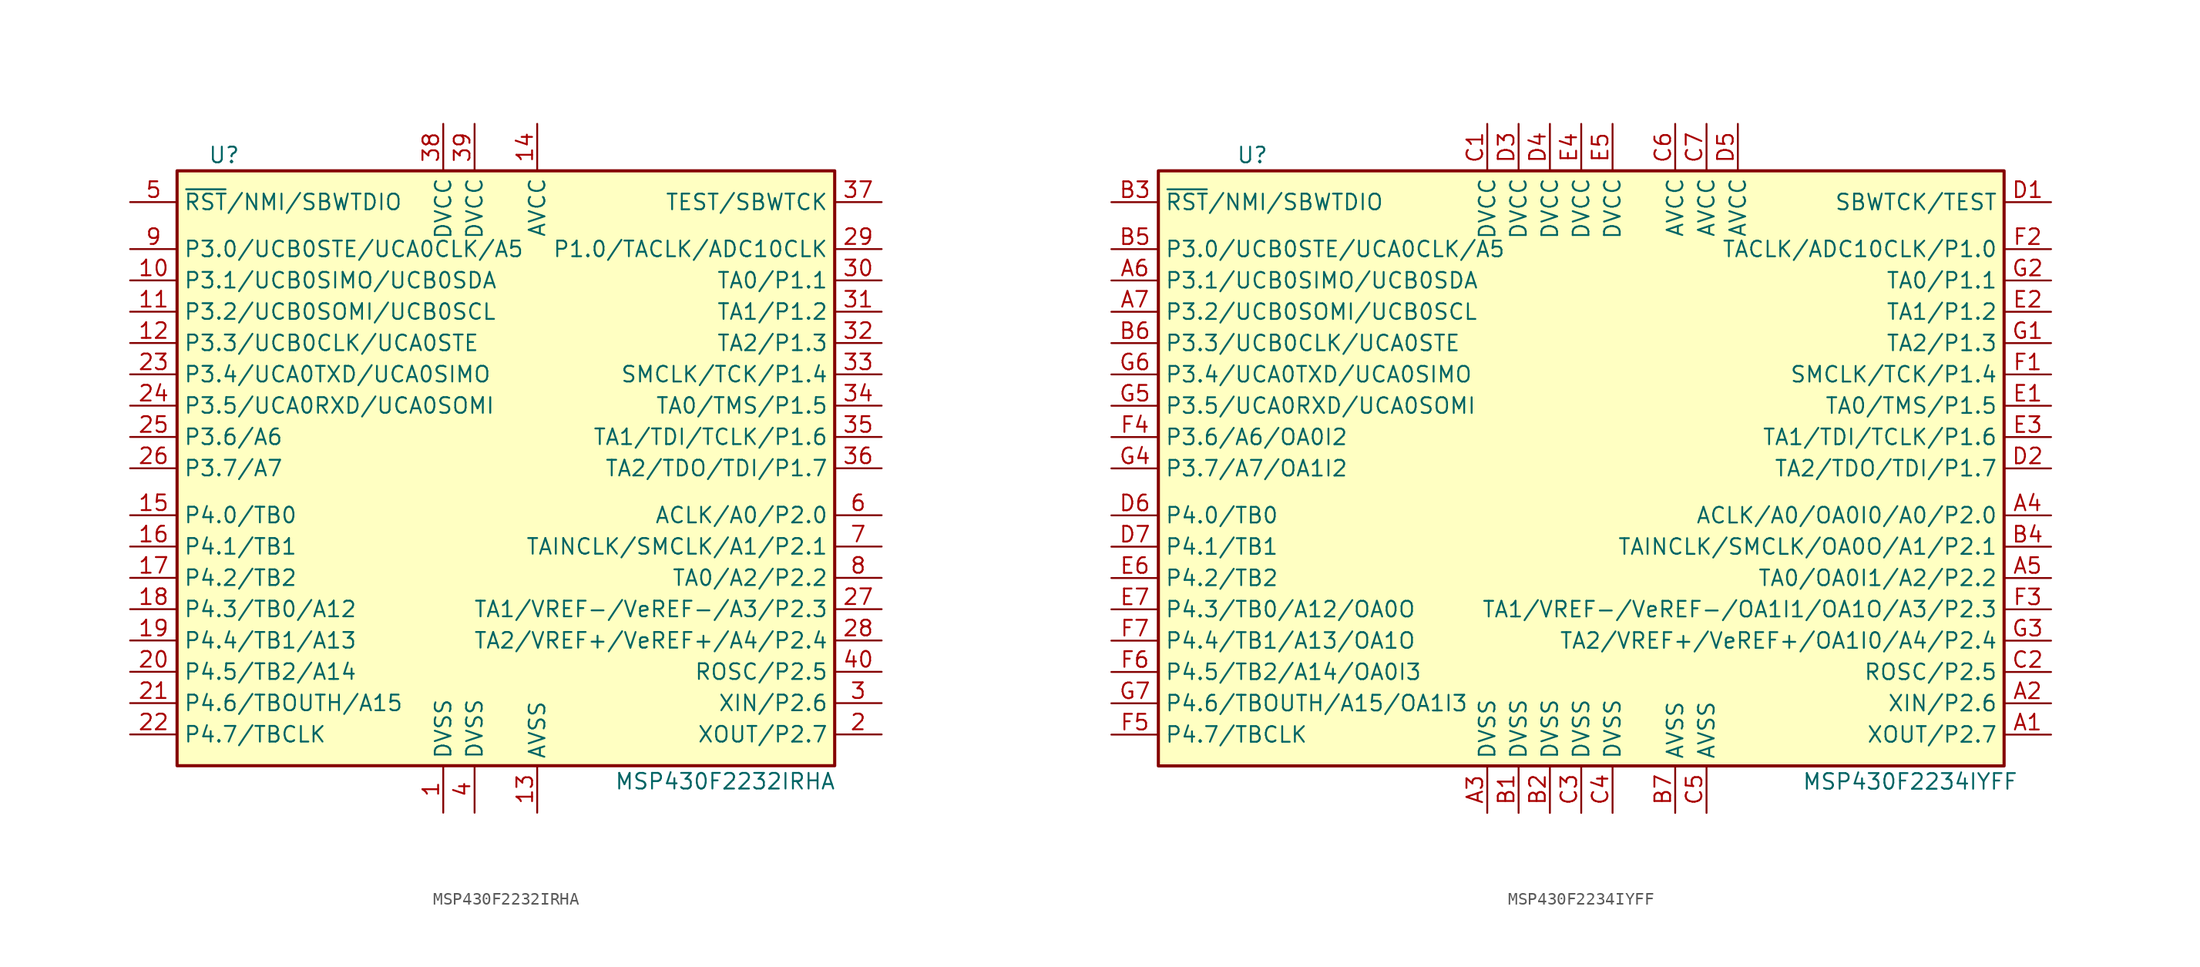
<source format=kicad_sym>
(kicad_symbol_lib
  (version 20231120)
  (generator "kicad_symbol_editor")
  (generator_version "8.0")
  (symbol "MSP430F2232IRHA"
    (property "Reference" "U"
      (at -22.86 25.4 0)
      (effects (font (size 1.27 1.27))))
    (property "Value" "MSP430F2232IRHA"
      (at 17.78 -25.4 0)
      (effects (font (size 1.27 1.27))))
    (symbol "MSP430F2232IRHA_0_1"
      (rectangle (start -26.67 24.13) (end 26.67 -24.13) (stroke (width 0.254) (type default)) (fill (type background))))
    (symbol "MSP430F2232IRHA_1_1"
      (pin power_in line (at -5.08 -27.94 90) (length 3.81) (name "DVSS" (effects (font (size 1.27 1.27)))) (number "1" (effects (font (size 1.27 1.27)))))
      (pin bidirectional line (at -30.48 15.24 0) (length 3.81) (name "P3.1/UCB0SIMO/UCB0SDA" (effects (font (size 1.27 1.27)))) (number "10" (effects (font (size 1.27 1.27)))))
      (pin bidirectional line (at -30.48 12.7 0) (length 3.81) (name "P3.2/UCB0SOMI/UCB0SCL" (effects (font (size 1.27 1.27)))) (number "11" (effects (font (size 1.27 1.27)))))
      (pin bidirectional line (at -30.48 10.16 0) (length 3.81) (name "P3.3/UCB0CLK/UCA0STE" (effects (font (size 1.27 1.27)))) (number "12" (effects (font (size 1.27 1.27)))))
      (pin power_in line (at 2.54 -27.94 90) (length 3.81) (name "AVSS" (effects (font (size 1.27 1.27)))) (number "13" (effects (font (size 1.27 1.27)))))
      (pin power_in line (at 2.54 27.94 270) (length 3.81) (name "AVCC" (effects (font (size 1.27 1.27)))) (number "14" (effects (font (size 1.27 1.27)))))
      (pin bidirectional line (at -30.48 -3.81 0) (length 3.81) (name "P4.0/TB0" (effects (font (size 1.27 1.27)))) (number "15" (effects (font (size 1.27 1.27)))))
      (pin bidirectional line (at -30.48 -6.35 0) (length 3.81) (name "P4.1/TB1" (effects (font (size 1.27 1.27)))) (number "16" (effects (font (size 1.27 1.27)))))
      (pin bidirectional line (at -30.48 -8.89 0) (length 3.81) (name "P4.2/TB2" (effects (font (size 1.27 1.27)))) (number "17" (effects (font (size 1.27 1.27)))))
      (pin bidirectional line (at -30.48 -11.43 0) (length 3.81) (name "P4.3/TB0/A12" (effects (font (size 1.27 1.27)))) (number "18" (effects (font (size 1.27 1.27)))))
      (pin bidirectional line (at -30.48 -13.97 0) (length 3.81) (name "P4.4/TB1/A13" (effects (font (size 1.27 1.27)))) (number "19" (effects (font (size 1.27 1.27)))))
      (pin bidirectional line (at 30.48 -21.59 180) (length 3.81) (name "XOUT/P2.7" (effects (font (size 1.27 1.27)))) (number "2" (effects (font (size 1.27 1.27)))))
      (pin bidirectional line (at -30.48 -16.51 0) (length 3.81) (name "P4.5/TB2/A14" (effects (font (size 1.27 1.27)))) (number "20" (effects (font (size 1.27 1.27)))))
      (pin bidirectional line (at -30.48 -19.05 0) (length 3.81) (name "P4.6/TBOUTH/A15" (effects (font (size 1.27 1.27)))) (number "21" (effects (font (size 1.27 1.27)))))
      (pin bidirectional line (at -30.48 -21.59 0) (length 3.81) (name "P4.7/TBCLK" (effects (font (size 1.27 1.27)))) (number "22" (effects (font (size 1.27 1.27)))))
      (pin bidirectional line (at -30.48 7.62 0) (length 3.81) (name "P3.4/UCA0TXD/UCA0SIMO" (effects (font (size 1.27 1.27)))) (number "23" (effects (font (size 1.27 1.27)))))
      (pin bidirectional line (at -30.48 5.08 0) (length 3.81) (name "P3.5/UCA0RXD/UCA0SOMI" (effects (font (size 1.27 1.27)))) (number "24" (effects (font (size 1.27 1.27)))))
      (pin bidirectional line (at -30.48 2.54 0) (length 3.81) (name "P3.6/A6" (effects (font (size 1.27 1.27)))) (number "25" (effects (font (size 1.27 1.27)))))
      (pin bidirectional line (at -30.48 0 0) (length 3.81) (name "P3.7/A7" (effects (font (size 1.27 1.27)))) (number "26" (effects (font (size 1.27 1.27)))))
      (pin bidirectional line (at 30.48 -11.43 180) (length 3.81) (name "TA1/VREF-/VeREF-/A3/P2.3" (effects (font (size 1.27 1.27)))) (number "27" (effects (font (size 1.27 1.27)))))
      (pin bidirectional line (at 30.48 -13.97 180) (length 3.81) (name "TA2/VREF+/VeREF+/A4/P2.4" (effects (font (size 1.27 1.27)))) (number "28" (effects (font (size 1.27 1.27)))))
      (pin bidirectional line (at 30.48 17.78 180) (length 3.81) (name "P1.0/TACLK/ADC10CLK" (effects (font (size 1.27 1.27)))) (number "29" (effects (font (size 1.27 1.27)))))
      (pin bidirectional line (at 30.48 -19.05 180) (length 3.81) (name "XIN/P2.6" (effects (font (size 1.27 1.27)))) (number "3" (effects (font (size 1.27 1.27)))))
      (pin bidirectional line (at 30.48 15.24 180) (length 3.81) (name "TA0/P1.1" (effects (font (size 1.27 1.27)))) (number "30" (effects (font (size 1.27 1.27)))))
      (pin bidirectional line (at 30.48 12.7 180) (length 3.81) (name "TA1/P1.2" (effects (font (size 1.27 1.27)))) (number "31" (effects (font (size 1.27 1.27)))))
      (pin bidirectional line (at 30.48 10.16 180) (length 3.81) (name "TA2/P1.3" (effects (font (size 1.27 1.27)))) (number "32" (effects (font (size 1.27 1.27)))))
      (pin bidirectional line (at 30.48 7.62 180) (length 3.81) (name "SMCLK/TCK/P1.4" (effects (font (size 1.27 1.27)))) (number "33" (effects (font (size 1.27 1.27)))))
      (pin bidirectional line (at 30.48 5.08 180) (length 3.81) (name "TA0/TMS/P1.5" (effects (font (size 1.27 1.27)))) (number "34" (effects (font (size 1.27 1.27)))))
      (pin bidirectional line (at 30.48 2.54 180) (length 3.81) (name "TA1/TDI/TCLK/P1.6" (effects (font (size 1.27 1.27)))) (number "35" (effects (font (size 1.27 1.27)))))
      (pin bidirectional line (at 30.48 0 180) (length 3.81) (name "TA2/TDO/TDI/P1.7" (effects (font (size 1.27 1.27)))) (number "36" (effects (font (size 1.27 1.27)))))
      (pin input line (at 30.48 21.59 180) (length 3.81) (name "TEST/SBWTCK" (effects (font (size 1.27 1.27)))) (number "37" (effects (font (size 1.27 1.27)))))
      (pin power_in line (at -5.08 27.94 270) (length 3.81) (name "DVCC" (effects (font (size 1.27 1.27)))) (number "38" (effects (font (size 1.27 1.27)))))
      (pin power_in line (at -2.54 27.94 270) (length 3.81) (name "DVCC" (effects (font (size 1.27 1.27)))) (number "39" (effects (font (size 1.27 1.27)))))
      (pin power_in line (at -2.54 -27.94 90) (length 3.81) (name "DVSS" (effects (font (size 1.27 1.27)))) (number "4" (effects (font (size 1.27 1.27)))))
      (pin bidirectional line (at 30.48 -16.51 180) (length 3.81) (name "ROSC/P2.5" (effects (font (size 1.27 1.27)))) (number "40" (effects (font (size 1.27 1.27)))))
      (pin input line (at -30.48 21.59 0) (length 3.81) (name "~{RST}/NMI/SBWTDIO" (effects (font (size 1.27 1.27)))) (number "5" (effects (font (size 1.27 1.27)))))
      (pin bidirectional line (at 30.48 -3.81 180) (length 3.81) (name "ACLK/A0/P2.0" (effects (font (size 1.27 1.27)))) (number "6" (effects (font (size 1.27 1.27)))))
      (pin bidirectional line (at 30.48 -6.35 180) (length 3.81) (name "TAINCLK/SMCLK/A1/P2.1" (effects (font (size 1.27 1.27)))) (number "7" (effects (font (size 1.27 1.27)))))
      (pin bidirectional line (at 30.48 -8.89 180) (length 3.81) (name "TA0/A2/P2.2" (effects (font (size 1.27 1.27)))) (number "8" (effects (font (size 1.27 1.27)))))
      (pin bidirectional line (at -30.48 17.78 0) (length 3.81) (name "P3.0/UCB0STE/UCA0CLK/A5" (effects (font (size 1.27 1.27)))) (number "9" (effects (font (size 1.27 1.27)))))))
  (symbol "MSP430F2234IYFF"
    (property "Reference" "U"
      (at -26.67 25.4 0)
      (effects (font (size 1.27 1.27))))
    (property "Value" "MSP430F2234IYFF"
      (at 26.67 -25.4 0)
      (effects (font (size 1.27 1.27))))
    (symbol "MSP430F2234IYFF_0_1"
      (rectangle (start -34.29 24.13) (end 34.29 -24.13) (stroke (width 0.254) (type default)) (fill (type background))))
    (symbol "MSP430F2234IYFF_1_1"
      (pin bidirectional line (at 38.1 -21.59 180) (length 3.81) (name "XOUT/P2.7" (effects (font (size 1.27 1.27)))) (number "A1" (effects (font (size 1.27 1.27)))))
      (pin bidirectional line (at 38.1 -19.05 180) (length 3.81) (name "XIN/P2.6" (effects (font (size 1.27 1.27)))) (number "A2" (effects (font (size 1.27 1.27)))))
      (pin power_in line (at -7.62 -27.94 90) (length 3.81) (name "DVSS" (effects (font (size 1.27 1.27)))) (number "A3" (effects (font (size 1.27 1.27)))))
      (pin bidirectional line (at 38.1 -3.81 180) (length 3.81) (name "ACLK/A0/OA0I0/A0/P2.0" (effects (font (size 1.27 1.27)))) (number "A4" (effects (font (size 1.27 1.27)))))
      (pin bidirectional line (at 38.1 -8.89 180) (length 3.81) (name "TA0/OA0I1/A2/P2.2" (effects (font (size 1.27 1.27)))) (number "A5" (effects (font (size 1.27 1.27)))))
      (pin bidirectional line (at -38.1 15.24 0) (length 3.81) (name "P3.1/UCB0SIMO/UCB0SDA" (effects (font (size 1.27 1.27)))) (number "A6" (effects (font (size 1.27 1.27)))))
      (pin bidirectional line (at -38.1 12.7 0) (length 3.81) (name "P3.2/UCB0SOMI/UCB0SCL" (effects (font (size 1.27 1.27)))) (number "A7" (effects (font (size 1.27 1.27)))))
      (pin power_in line (at -5.08 -27.94 90) (length 3.81) (name "DVSS" (effects (font (size 1.27 1.27)))) (number "B1" (effects (font (size 1.27 1.27)))))
      (pin power_in line (at -2.54 -27.94 90) (length 3.81) (name "DVSS" (effects (font (size 1.27 1.27)))) (number "B2" (effects (font (size 1.27 1.27)))))
      (pin input line (at -38.1 21.59 0) (length 3.81) (name "~{RST}/NMI/SBWTDIO" (effects (font (size 1.27 1.27)))) (number "B3" (effects (font (size 1.27 1.27)))))
      (pin bidirectional line (at 38.1 -6.35 180) (length 3.81) (name "TAINCLK/SMCLK/OA0O/A1/P2.1" (effects (font (size 1.27 1.27)))) (number "B4" (effects (font (size 1.27 1.27)))))
      (pin bidirectional line (at -38.1 17.78 0) (length 3.81) (name "P3.0/UCB0STE/UCA0CLK/A5" (effects (font (size 1.27 1.27)))) (number "B5" (effects (font (size 1.27 1.27)))))
      (pin bidirectional line (at -38.1 10.16 0) (length 3.81) (name "P3.3/UCB0CLK/UCA0STE" (effects (font (size 1.27 1.27)))) (number "B6" (effects (font (size 1.27 1.27)))))
      (pin power_in line (at 7.62 -27.94 90) (length 3.81) (name "AVSS" (effects (font (size 1.27 1.27)))) (number "B7" (effects (font (size 1.27 1.27)))))
      (pin power_in line (at -7.62 27.94 270) (length 3.81) (name "DVCC" (effects (font (size 1.27 1.27)))) (number "C1" (effects (font (size 1.27 1.27)))))
      (pin bidirectional line (at 38.1 -16.51 180) (length 3.81) (name "ROSC/P2.5" (effects (font (size 1.27 1.27)))) (number "C2" (effects (font (size 1.27 1.27)))))
      (pin power_in line (at 0 -27.94 90) (length 3.81) (name "DVSS" (effects (font (size 1.27 1.27)))) (number "C3" (effects (font (size 1.27 1.27)))))
      (pin power_in line (at 2.54 -27.94 90) (length 3.81) (name "DVSS" (effects (font (size 1.27 1.27)))) (number "C4" (effects (font (size 1.27 1.27)))))
      (pin power_in line (at 10.16 -27.94 90) (length 3.81) (name "AVSS" (effects (font (size 1.27 1.27)))) (number "C5" (effects (font (size 1.27 1.27)))))
      (pin power_in line (at 7.62 27.94 270) (length 3.81) (name "AVCC" (effects (font (size 1.27 1.27)))) (number "C6" (effects (font (size 1.27 1.27)))))
      (pin power_in line (at 10.16 27.94 270) (length 3.81) (name "AVCC" (effects (font (size 1.27 1.27)))) (number "C7" (effects (font (size 1.27 1.27)))))
      (pin input line (at 38.1 21.59 180) (length 3.81) (name "SBWTCK/TEST" (effects (font (size 1.27 1.27)))) (number "D1" (effects (font (size 1.27 1.27)))))
      (pin bidirectional line (at 38.1 0 180) (length 3.81) (name "TA2/TDO/TDI/P1.7" (effects (font (size 1.27 1.27)))) (number "D2" (effects (font (size 1.27 1.27)))))
      (pin power_in line (at -5.08 27.94 270) (length 3.81) (name "DVCC" (effects (font (size 1.27 1.27)))) (number "D3" (effects (font (size 1.27 1.27)))))
      (pin power_in line (at -2.54 27.94 270) (length 3.81) (name "DVCC" (effects (font (size 1.27 1.27)))) (number "D4" (effects (font (size 1.27 1.27)))))
      (pin power_in line (at 12.7 27.94 270) (length 3.81) (name "AVCC" (effects (font (size 1.27 1.27)))) (number "D5" (effects (font (size 1.27 1.27)))))
      (pin bidirectional line (at -38.1 -3.81 0) (length 3.81) (name "P4.0/TB0" (effects (font (size 1.27 1.27)))) (number "D6" (effects (font (size 1.27 1.27)))))
      (pin bidirectional line (at -38.1 -6.35 0) (length 3.81) (name "P4.1/TB1" (effects (font (size 1.27 1.27)))) (number "D7" (effects (font (size 1.27 1.27)))))
      (pin bidirectional line (at 38.1 5.08 180) (length 3.81) (name "TA0/TMS/P1.5" (effects (font (size 1.27 1.27)))) (number "E1" (effects (font (size 1.27 1.27)))))
      (pin bidirectional line (at 38.1 12.7 180) (length 3.81) (name "TA1/P1.2" (effects (font (size 1.27 1.27)))) (number "E2" (effects (font (size 1.27 1.27)))))
      (pin bidirectional line (at 38.1 2.54 180) (length 3.81) (name "TA1/TDI/TCLK/P1.6" (effects (font (size 1.27 1.27)))) (number "E3" (effects (font (size 1.27 1.27)))))
      (pin power_in line (at 0 27.94 270) (length 3.81) (name "DVCC" (effects (font (size 1.27 1.27)))) (number "E4" (effects (font (size 1.27 1.27)))))
      (pin power_in line (at 2.54 27.94 270) (length 3.81) (name "DVCC" (effects (font (size 1.27 1.27)))) (number "E5" (effects (font (size 1.27 1.27)))))
      (pin bidirectional line (at -38.1 -8.89 0) (length 3.81) (name "P4.2/TB2" (effects (font (size 1.27 1.27)))) (number "E6" (effects (font (size 1.27 1.27)))))
      (pin bidirectional line (at -38.1 -11.43 0) (length 3.81) (name "P4.3/TB0/A12/OA0O" (effects (font (size 1.27 1.27)))) (number "E7" (effects (font (size 1.27 1.27)))))
      (pin bidirectional line (at 38.1 7.62 180) (length 3.81) (name "SMCLK/TCK/P1.4" (effects (font (size 1.27 1.27)))) (number "F1" (effects (font (size 1.27 1.27)))))
      (pin bidirectional line (at 38.1 17.78 180) (length 3.81) (name "TACLK/ADC10CLK/P1.0" (effects (font (size 1.27 1.27)))) (number "F2" (effects (font (size 1.27 1.27)))))
      (pin bidirectional line (at 38.1 -11.43 180) (length 3.81) (name "TA1/VREF-/VeREF-/OA1I1/OA1O/A3/P2.3" (effects (font (size 1.27 1.27)))) (number "F3" (effects (font (size 1.27 1.27)))))
      (pin bidirectional line (at -38.1 2.54 0) (length 3.81) (name "P3.6/A6/OA0I2" (effects (font (size 1.27 1.27)))) (number "F4" (effects (font (size 1.27 1.27)))))
      (pin bidirectional line (at -38.1 -21.59 0) (length 3.81) (name "P4.7/TBCLK" (effects (font (size 1.27 1.27)))) (number "F5" (effects (font (size 1.27 1.27)))))
      (pin bidirectional line (at -38.1 -16.51 0) (length 3.81) (name "P4.5/TB2/A14/OA0I3" (effects (font (size 1.27 1.27)))) (number "F6" (effects (font (size 1.27 1.27)))))
      (pin bidirectional line (at -38.1 -13.97 0) (length 3.81) (name "P4.4/TB1/A13/OA1O" (effects (font (size 1.27 1.27)))) (number "F7" (effects (font (size 1.27 1.27)))))
      (pin bidirectional line (at 38.1 10.16 180) (length 3.81) (name "TA2/P1.3" (effects (font (size 1.27 1.27)))) (number "G1" (effects (font (size 1.27 1.27)))))
      (pin bidirectional line (at 38.1 15.24 180) (length 3.81) (name "TA0/P1.1" (effects (font (size 1.27 1.27)))) (number "G2" (effects (font (size 1.27 1.27)))))
      (pin bidirectional line (at 38.1 -13.97 180) (length 3.81) (name "TA2/VREF+/VeREF+/OA1I0/A4/P2.4" (effects (font (size 1.27 1.27)))) (number "G3" (effects (font (size 1.27 1.27)))))
      (pin bidirectional line (at -38.1 0 0) (length 3.81) (name "P3.7/A7/OA1I2" (effects (font (size 1.27 1.27)))) (number "G4" (effects (font (size 1.27 1.27)))))
      (pin bidirectional line (at -38.1 5.08 0) (length 3.81) (name "P3.5/UCA0RXD/UCA0SOMI" (effects (font (size 1.27 1.27)))) (number "G5" (effects (font (size 1.27 1.27)))))
      (pin bidirectional line (at -38.1 7.62 0) (length 3.81) (name "P3.4/UCA0TXD/UCA0SIMO" (effects (font (size 1.27 1.27)))) (number "G6" (effects (font (size 1.27 1.27)))))
      (pin bidirectional line (at -38.1 -19.05 0) (length 3.81) (name "P4.6/TBOUTH/A15/OA1I3" (effects (font (size 1.27 1.27)))) (number "G7" (effects (font (size 1.27 1.27))))))))
</source>
